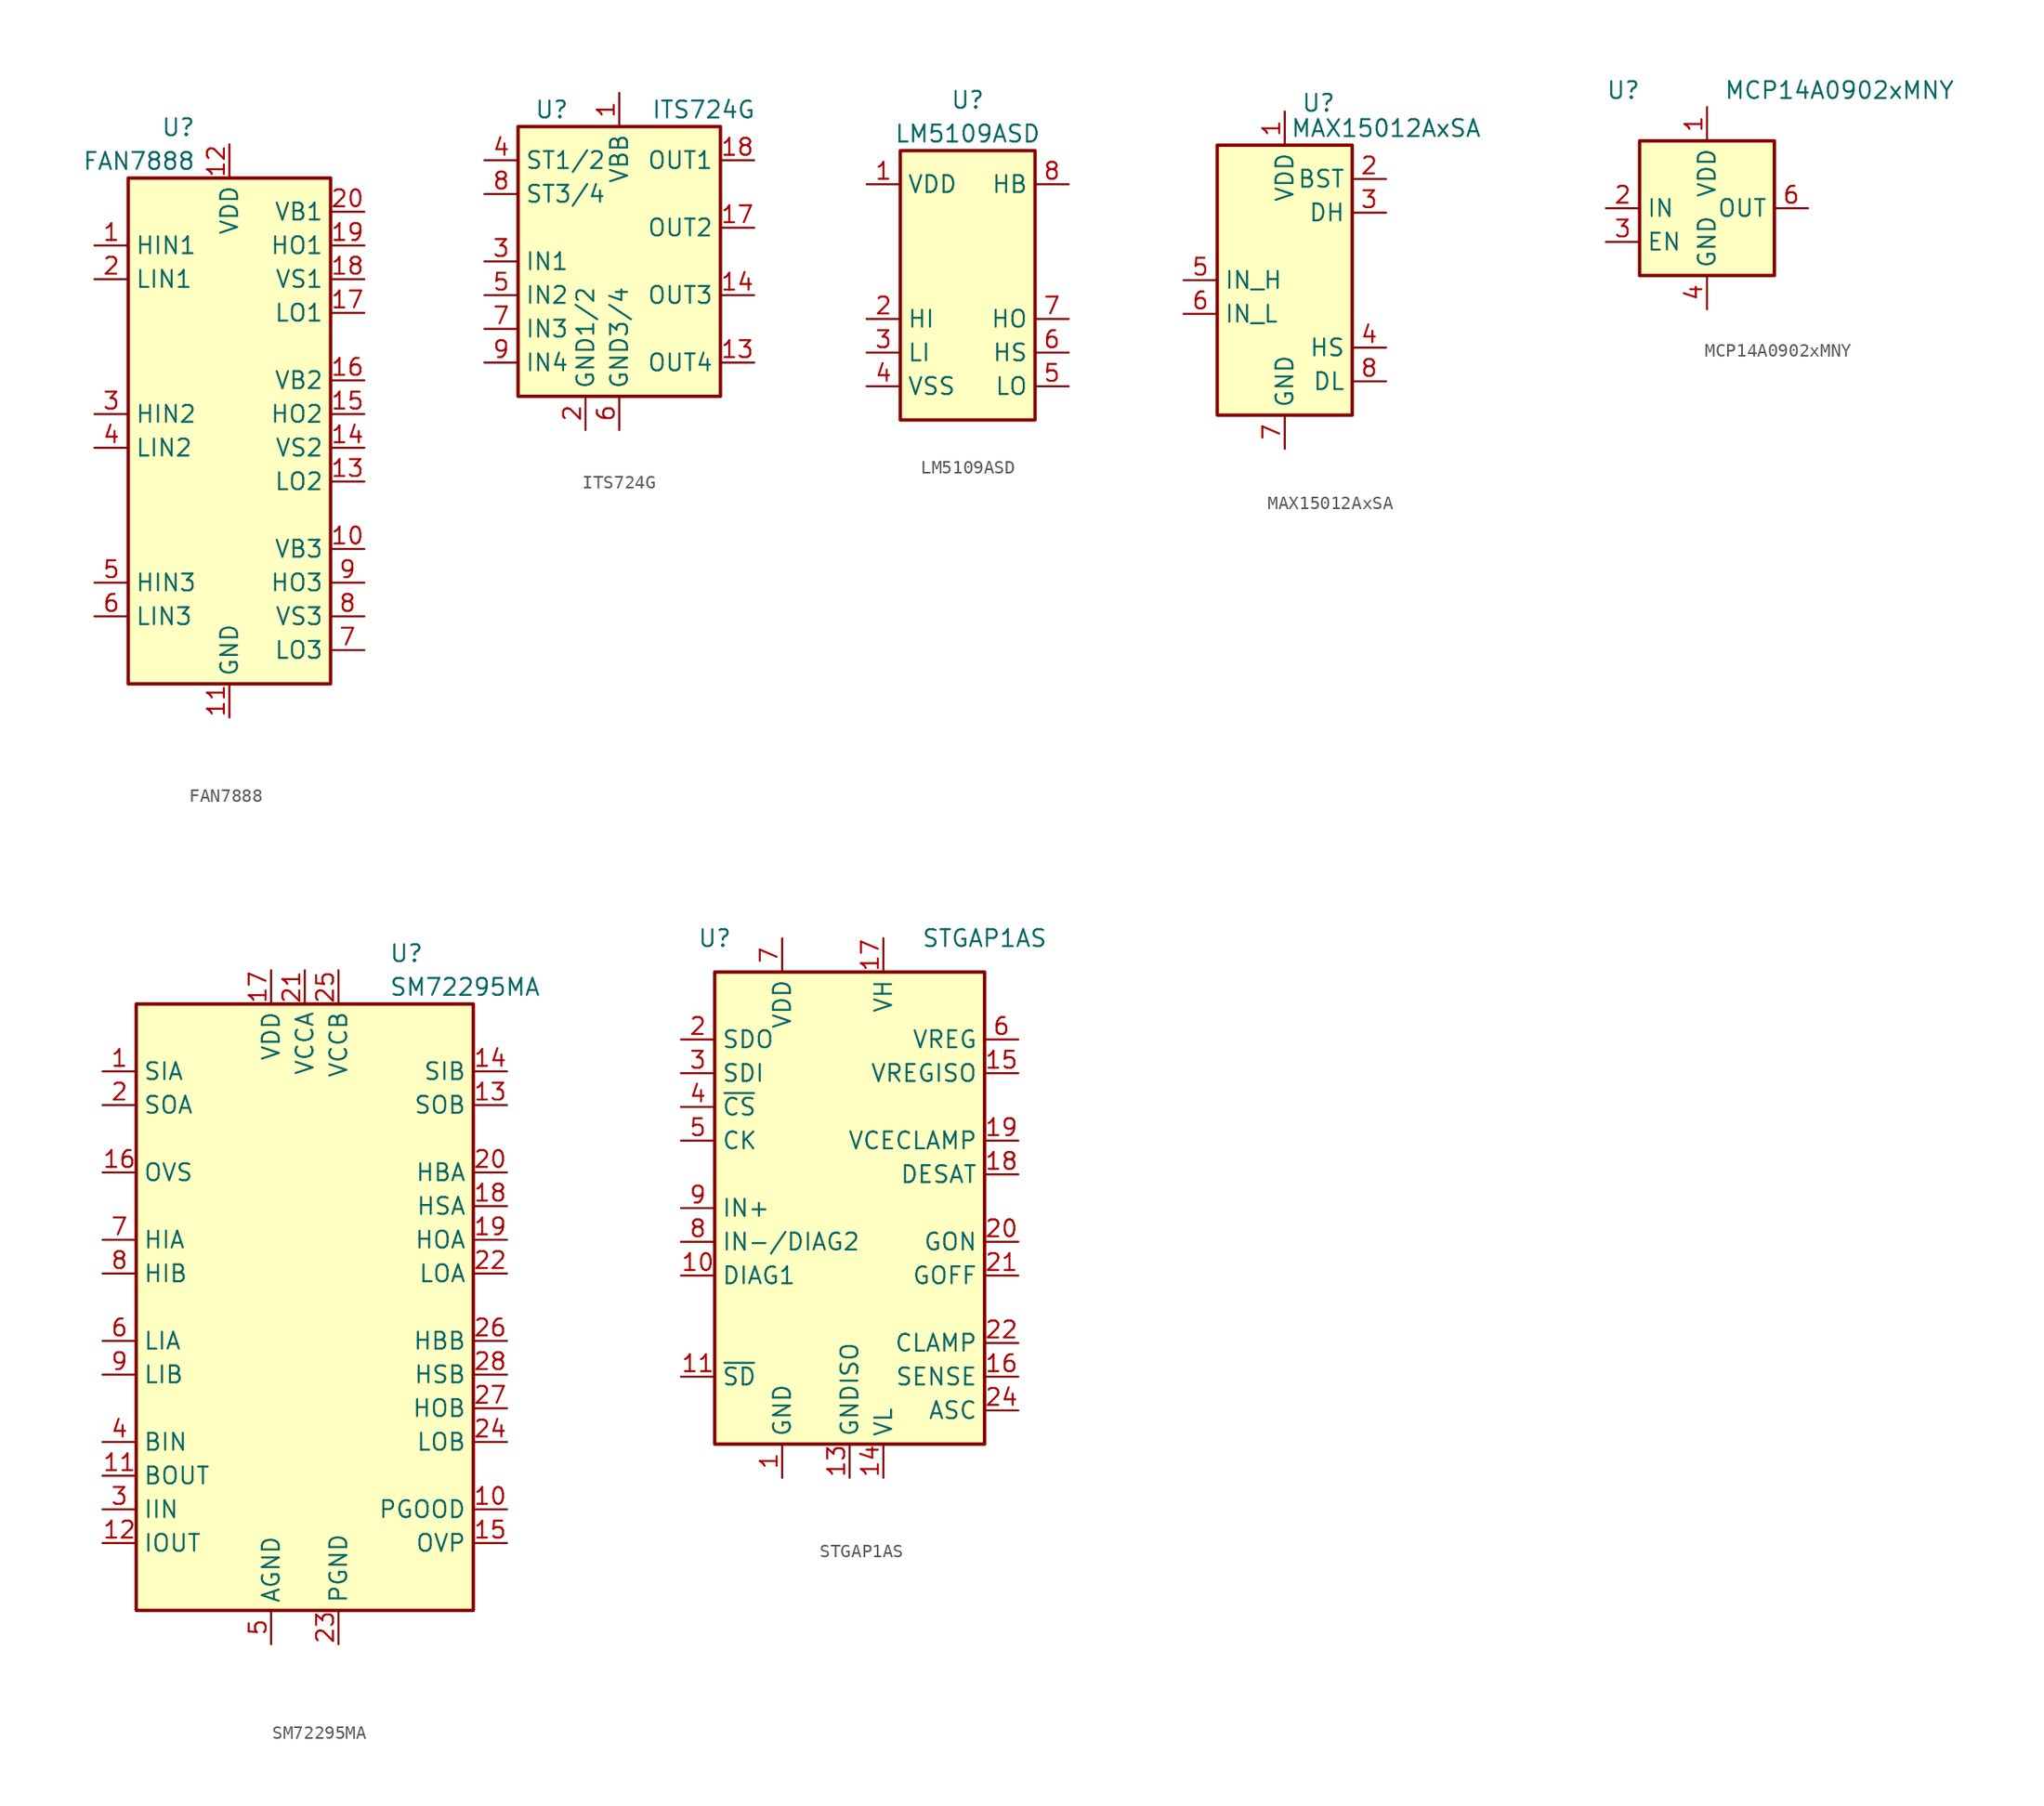
<source format=kicad_sym>
(kicad_symbol_lib
  (version 20211014)
  (generator kicad_symbol_editor)
  (symbol "FAN7888"
    (property "Reference" "U"
      (at -2.54 24.13 0)
      (effects (font (size 1.27 1.27)) (justify right)))
    (property "Value" "FAN7888"
      (at -2.54 21.59 0)
      (effects (font (size 1.27 1.27)) (justify right)))
    (symbol "FAN7888_0_1"
      (rectangle (start -7.62 20.32) (end 7.62 -17.78) (stroke (width 0.254) (type default) (color 0 0 0 0)) (fill (type background))))
    (symbol "FAN7888_1_1"
      (pin input line (at -10.16 15.24 0) (length 2.54) (name "HIN1" (effects (font (size 1.27 1.27)))) (number "1" (effects (font (size 1.27 1.27)))))
      (pin passive line (at 10.16 -7.62 180) (length 2.54) (name "VB3" (effects (font (size 1.27 1.27)))) (number "10" (effects (font (size 1.27 1.27)))))
      (pin power_in line (at 0 -20.32 90) (length 2.54) (name "GND" (effects (font (size 1.27 1.27)))) (number "11" (effects (font (size 1.27 1.27)))))
      (pin power_in line (at 0 22.86 270) (length 2.54) (name "VDD" (effects (font (size 1.27 1.27)))) (number "12" (effects (font (size 1.27 1.27)))))
      (pin output line (at 10.16 -2.54 180) (length 2.54) (name "LO2" (effects (font (size 1.27 1.27)))) (number "13" (effects (font (size 1.27 1.27)))))
      (pin passive line (at 10.16 0 180) (length 2.54) (name "VS2" (effects (font (size 1.27 1.27)))) (number "14" (effects (font (size 1.27 1.27)))))
      (pin output line (at 10.16 2.54 180) (length 2.54) (name "HO2" (effects (font (size 1.27 1.27)))) (number "15" (effects (font (size 1.27 1.27)))))
      (pin passive line (at 10.16 5.08 180) (length 2.54) (name "VB2" (effects (font (size 1.27 1.27)))) (number "16" (effects (font (size 1.27 1.27)))))
      (pin output line (at 10.16 10.16 180) (length 2.54) (name "LO1" (effects (font (size 1.27 1.27)))) (number "17" (effects (font (size 1.27 1.27)))))
      (pin passive line (at 10.16 12.7 180) (length 2.54) (name "VS1" (effects (font (size 1.27 1.27)))) (number "18" (effects (font (size 1.27 1.27)))))
      (pin output line (at 10.16 15.24 180) (length 2.54) (name "HO1" (effects (font (size 1.27 1.27)))) (number "19" (effects (font (size 1.27 1.27)))))
      (pin input line (at -10.16 12.7 0) (length 2.54) (name "LIN1" (effects (font (size 1.27 1.27)))) (number "2" (effects (font (size 1.27 1.27)))))
      (pin passive line (at 10.16 17.78 180) (length 2.54) (name "VB1" (effects (font (size 1.27 1.27)))) (number "20" (effects (font (size 1.27 1.27)))))
      (pin input line (at -10.16 2.54 0) (length 2.54) (name "HIN2" (effects (font (size 1.27 1.27)))) (number "3" (effects (font (size 1.27 1.27)))))
      (pin input line (at -10.16 0 0) (length 2.54) (name "LIN2" (effects (font (size 1.27 1.27)))) (number "4" (effects (font (size 1.27 1.27)))))
      (pin input line (at -10.16 -10.16 0) (length 2.54) (name "HIN3" (effects (font (size 1.27 1.27)))) (number "5" (effects (font (size 1.27 1.27)))))
      (pin input line (at -10.16 -12.7 0) (length 2.54) (name "LIN3" (effects (font (size 1.27 1.27)))) (number "6" (effects (font (size 1.27 1.27)))))
      (pin output line (at 10.16 -15.24 180) (length 2.54) (name "LO3" (effects (font (size 1.27 1.27)))) (number "7" (effects (font (size 1.27 1.27)))))
      (pin passive line (at 10.16 -12.7 180) (length 2.54) (name "VS3" (effects (font (size 1.27 1.27)))) (number "8" (effects (font (size 1.27 1.27)))))
      (pin output line (at 10.16 -10.16 180) (length 2.54) (name "HO3" (effects (font (size 1.27 1.27)))) (number "9" (effects (font (size 1.27 1.27)))))))
  (symbol "ITS724G"
    (property "Reference" "U"
      (at -5.08 11.43 0)
      (effects (font (size 1.27 1.27))))
    (property "Value" "ITS724G"
      (at 6.35 11.43 0)
      (effects (font (size 1.27 1.27))))
    (symbol "ITS724G_0_1"
      (rectangle (start -7.62 10.16) (end 7.62 -10.16) (stroke (width 0.254) (type default) (color 0 0 0 0)) (fill (type background))))
    (symbol "ITS724G_1_1"
      (pin power_in line (at 0 12.7 270) (length 2.54) (name "VBB" (effects (font (size 1.27 1.27)))) (number "1" (effects (font (size 1.27 1.27)))))
      (pin passive line (at 0 12.7 270) (length 2.54) hide (name "VBB" (effects (font (size 1.27 1.27)))) (number "10" (effects (font (size 1.27 1.27)))))
      (pin passive line (at 0 12.7 270) (length 2.54) hide (name "VBB" (effects (font (size 1.27 1.27)))) (number "11" (effects (font (size 1.27 1.27)))))
      (pin passive line (at 0 12.7 270) (length 2.54) hide (name "VBB" (effects (font (size 1.27 1.27)))) (number "12" (effects (font (size 1.27 1.27)))))
      (pin open_emitter line (at 10.16 -7.62 180) (length 2.54) (name "OUT4" (effects (font (size 1.27 1.27)))) (number "13" (effects (font (size 1.27 1.27)))))
      (pin open_emitter line (at 10.16 -2.54 180) (length 2.54) (name "OUT3" (effects (font (size 1.27 1.27)))) (number "14" (effects (font (size 1.27 1.27)))))
      (pin passive line (at 0 12.7 270) (length 2.54) hide (name "VBB" (effects (font (size 1.27 1.27)))) (number "15" (effects (font (size 1.27 1.27)))))
      (pin passive line (at 0 12.7 270) (length 2.54) hide (name "VBB" (effects (font (size 1.27 1.27)))) (number "16" (effects (font (size 1.27 1.27)))))
      (pin open_emitter line (at 10.16 2.54 180) (length 2.54) (name "OUT2" (effects (font (size 1.27 1.27)))) (number "17" (effects (font (size 1.27 1.27)))))
      (pin open_emitter line (at 10.16 7.62 180) (length 2.54) (name "OUT1" (effects (font (size 1.27 1.27)))) (number "18" (effects (font (size 1.27 1.27)))))
      (pin passive line (at 0 12.7 270) (length 2.54) hide (name "VBB" (effects (font (size 1.27 1.27)))) (number "19" (effects (font (size 1.27 1.27)))))
      (pin power_in line (at -2.54 -12.7 90) (length 2.54) (name "GND1/2" (effects (font (size 1.27 1.27)))) (number "2" (effects (font (size 1.27 1.27)))))
      (pin passive line (at 0 12.7 270) (length 2.54) hide (name "VBB" (effects (font (size 1.27 1.27)))) (number "20" (effects (font (size 1.27 1.27)))))
      (pin input line (at -10.16 0 0) (length 2.54) (name "IN1" (effects (font (size 1.27 1.27)))) (number "3" (effects (font (size 1.27 1.27)))))
      (pin open_collector line (at -10.16 7.62 0) (length 2.54) (name "ST1/2" (effects (font (size 1.27 1.27)))) (number "4" (effects (font (size 1.27 1.27)))))
      (pin input line (at -10.16 -2.54 0) (length 2.54) (name "IN2" (effects (font (size 1.27 1.27)))) (number "5" (effects (font (size 1.27 1.27)))))
      (pin power_in line (at 0 -12.7 90) (length 2.54) (name "GND3/4" (effects (font (size 1.27 1.27)))) (number "6" (effects (font (size 1.27 1.27)))))
      (pin input line (at -10.16 -5.08 0) (length 2.54) (name "IN3" (effects (font (size 1.27 1.27)))) (number "7" (effects (font (size 1.27 1.27)))))
      (pin open_collector line (at -10.16 5.08 0) (length 2.54) (name "ST3/4" (effects (font (size 1.27 1.27)))) (number "8" (effects (font (size 1.27 1.27)))))
      (pin input line (at -10.16 -7.62 0) (length 2.54) (name "IN4" (effects (font (size 1.27 1.27)))) (number "9" (effects (font (size 1.27 1.27)))))))
  (symbol "LM5109ASD"
    (property "Reference" "U"
      (at 0 13.97 0)
      (effects (font (size 1.27 1.27))))
    (property "Value" "LM5109ASD"
      (at 0 11.43 0)
      (effects (font (size 1.27 1.27))))
    (symbol "LM5109ASD_0_1"
      (rectangle (start -5.08 -10.16) (end 5.08 10.16) (stroke (width 0.254) (type default) (color 0 0 0 0)) (fill (type background))))
    (symbol "LM5109ASD_1_1"
      (pin power_in line (at -7.62 7.62 0) (length 2.54) (name "VDD" (effects (font (size 1.27 1.27)))) (number "1" (effects (font (size 1.27 1.27)))))
      (pin input line (at -7.62 -2.54 0) (length 2.54) (name "HI" (effects (font (size 1.27 1.27)))) (number "2" (effects (font (size 1.27 1.27)))))
      (pin input line (at -7.62 -5.08 0) (length 2.54) (name "LI" (effects (font (size 1.27 1.27)))) (number "3" (effects (font (size 1.27 1.27)))))
      (pin power_in line (at -7.62 -7.62 0) (length 2.54) (name "VSS" (effects (font (size 1.27 1.27)))) (number "4" (effects (font (size 1.27 1.27)))))
      (pin output line (at 7.62 -7.62 180) (length 2.54) (name "LO" (effects (font (size 1.27 1.27)))) (number "5" (effects (font (size 1.27 1.27)))))
      (pin passive line (at 7.62 -5.08 180) (length 2.54) (name "HS" (effects (font (size 1.27 1.27)))) (number "6" (effects (font (size 1.27 1.27)))))
      (pin output line (at 7.62 -2.54 180) (length 2.54) (name "HO" (effects (font (size 1.27 1.27)))) (number "7" (effects (font (size 1.27 1.27)))))
      (pin passive line (at 7.62 7.62 180) (length 2.54) (name "HB" (effects (font (size 1.27 1.27)))) (number "8" (effects (font (size 1.27 1.27)))))
      (pin passive line (at -7.62 -7.62 0) (length 2.54) hide (name "VSS" (effects (font (size 1.27 1.27)))) (number "9" (effects (font (size 1.27 1.27)))))))
  (symbol "MAX15012AxSA"
    (property "Reference" "U"
      (at 2.54 13.335 0)
      (effects (font (size 1.27 1.27))))
    (property "Value" "MAX15012AxSA"
      (at 7.62 11.43 0)
      (effects (font (size 1.27 1.27))))
    (symbol "MAX15012AxSA_0_1"
      (rectangle (start -5.08 -10.16) (end 5.08 10.16) (stroke (width 0.254) (type default) (color 0 0 0 0)) (fill (type background))))
    (symbol "MAX15012AxSA_1_1"
      (pin power_in line (at 0 12.7 270) (length 2.54) (name "VDD" (effects (font (size 1.27 1.27)))) (number "1" (effects (font (size 1.27 1.27)))))
      (pin power_in line (at 7.62 7.62 180) (length 2.54) (name "BST" (effects (font (size 1.27 1.27)))) (number "2" (effects (font (size 1.27 1.27)))))
      (pin output line (at 7.62 5.08 180) (length 2.54) (name "DH" (effects (font (size 1.27 1.27)))) (number "3" (effects (font (size 1.27 1.27)))))
      (pin passive line (at 7.62 -5.08 180) (length 2.54) (name "HS" (effects (font (size 1.27 1.27)))) (number "4" (effects (font (size 1.27 1.27)))))
      (pin input line (at -7.62 0 0) (length 2.54) (name "IN_H" (effects (font (size 1.27 1.27)))) (number "5" (effects (font (size 1.27 1.27)))))
      (pin input line (at -7.62 -2.54 0) (length 2.54) (name "IN_L" (effects (font (size 1.27 1.27)))) (number "6" (effects (font (size 1.27 1.27)))))
      (pin power_in line (at 0 -12.7 90) (length 2.54) (name "GND" (effects (font (size 1.27 1.27)))) (number "7" (effects (font (size 1.27 1.27)))))
      (pin output line (at 7.62 -7.62 180) (length 2.54) (name "DL" (effects (font (size 1.27 1.27)))) (number "8" (effects (font (size 1.27 1.27)))))))
  (symbol "MCP14A0902xMNY"
    (property "Reference" "U"
      (at -7.62 8.89 0)
      (effects (font (size 1.27 1.27)) (justify left)))
    (property "Value" "MCP14A0902xMNY"
      (at 1.27 8.89 0)
      (effects (font (size 1.27 1.27)) (justify left)))
    (symbol "MCP14A0902xMNY_1_1"
      (rectangle (start -5.08 -5.08) (end 5.08 5.08) (stroke (width 0.254) (type default) (color 0 0 0 0)) (fill (type background)))
      (pin power_in line (at 0 7.62 270) (length 2.54) (name "VDD" (effects (font (size 1.27 1.27)))) (number "1" (effects (font (size 1.27 1.27)))))
      (pin input line (at -7.62 0 0) (length 2.54) (name "IN" (effects (font (size 1.27 1.27)))) (number "2" (effects (font (size 1.27 1.27)))))
      (pin input line (at -7.62 -2.54 0) (length 2.54) (name "EN" (effects (font (size 1.27 1.27)))) (number "3" (effects (font (size 1.27 1.27)))))
      (pin power_in line (at 0 -7.62 90) (length 2.54) (name "GND" (effects (font (size 1.27 1.27)))) (number "4" (effects (font (size 1.27 1.27)))))
      (pin passive line (at 0 -7.62 90) (length 2.54) hide (name "GND" (effects (font (size 1.27 1.27)))) (number "5" (effects (font (size 1.27 1.27)))))
      (pin output line (at 7.62 0 180) (length 2.54) (name "OUT" (effects (font (size 1.27 1.27)))) (number "6" (effects (font (size 1.27 1.27)))))
      (pin passive line (at 7.62 0 180) (length 2.54) hide (name "OUT" (effects (font (size 1.27 1.27)))) (number "7" (effects (font (size 1.27 1.27)))))
      (pin passive line (at 0 7.62 270) (length 2.54) hide (name "VDD" (effects (font (size 1.27 1.27)))) (number "8" (effects (font (size 1.27 1.27)))))
      (pin passive line (at 0 -7.62 90) (length 2.54) hide (name "GND" (effects (font (size 1.27 1.27)))) (number "9" (effects (font (size 1.27 1.27)))))))
  (symbol "SM72295MA"
    (property "Reference" "U"
      (at 6.35 26.67 0)
      (effects (font (size 1.27 1.27)) (justify left)))
    (property "Value" "SM72295MA"
      (at 6.35 24.13 0)
      (effects (font (size 1.27 1.27)) (justify left)))
    (symbol "SM72295MA_0_1"
      (rectangle (start -12.7 -22.86) (end 12.7 22.86) (stroke (width 0.254) (type default) (color 0 0 0 0)) (fill (type background))))
    (symbol "SM72295MA_1_1"
      (pin input line (at -15.24 17.78 0) (length 2.54) (name "SIA" (effects (font (size 1.27 1.27)))) (number "1" (effects (font (size 1.27 1.27)))))
      (pin open_collector line (at 15.24 -15.24 180) (length 2.54) (name "PGOOD" (effects (font (size 1.27 1.27)))) (number "10" (effects (font (size 1.27 1.27)))))
      (pin output line (at -15.24 -12.7 0) (length 2.54) (name "BOUT" (effects (font (size 1.27 1.27)))) (number "11" (effects (font (size 1.27 1.27)))))
      (pin passive line (at -15.24 -17.78 0) (length 2.54) (name "IOUT" (effects (font (size 1.27 1.27)))) (number "12" (effects (font (size 1.27 1.27)))))
      (pin input line (at 15.24 15.24 180) (length 2.54) (name "SOB" (effects (font (size 1.27 1.27)))) (number "13" (effects (font (size 1.27 1.27)))))
      (pin input line (at 15.24 17.78 180) (length 2.54) (name "SIB" (effects (font (size 1.27 1.27)))) (number "14" (effects (font (size 1.27 1.27)))))
      (pin open_collector line (at 15.24 -17.78 180) (length 2.54) (name "OVP" (effects (font (size 1.27 1.27)))) (number "15" (effects (font (size 1.27 1.27)))))
      (pin input line (at -15.24 10.16 0) (length 2.54) (name "OVS" (effects (font (size 1.27 1.27)))) (number "16" (effects (font (size 1.27 1.27)))))
      (pin power_in line (at -2.54 25.4 270) (length 2.54) (name "VDD" (effects (font (size 1.27 1.27)))) (number "17" (effects (font (size 1.27 1.27)))))
      (pin passive line (at 15.24 7.62 180) (length 2.54) (name "HSA" (effects (font (size 1.27 1.27)))) (number "18" (effects (font (size 1.27 1.27)))))
      (pin output line (at 15.24 5.08 180) (length 2.54) (name "HOA" (effects (font (size 1.27 1.27)))) (number "19" (effects (font (size 1.27 1.27)))))
      (pin input line (at -15.24 15.24 0) (length 2.54) (name "SOA" (effects (font (size 1.27 1.27)))) (number "2" (effects (font (size 1.27 1.27)))))
      (pin passive line (at 15.24 10.16 180) (length 2.54) (name "HBA" (effects (font (size 1.27 1.27)))) (number "20" (effects (font (size 1.27 1.27)))))
      (pin power_in line (at 0 25.4 270) (length 2.54) (name "VCCA" (effects (font (size 1.27 1.27)))) (number "21" (effects (font (size 1.27 1.27)))))
      (pin output line (at 15.24 2.54 180) (length 2.54) (name "LOA" (effects (font (size 1.27 1.27)))) (number "22" (effects (font (size 1.27 1.27)))))
      (pin power_in line (at 2.54 -25.4 90) (length 2.54) (name "PGND" (effects (font (size 1.27 1.27)))) (number "23" (effects (font (size 1.27 1.27)))))
      (pin output line (at 15.24 -10.16 180) (length 2.54) (name "LOB" (effects (font (size 1.27 1.27)))) (number "24" (effects (font (size 1.27 1.27)))))
      (pin power_in line (at 2.54 25.4 270) (length 2.54) (name "VCCB" (effects (font (size 1.27 1.27)))) (number "25" (effects (font (size 1.27 1.27)))))
      (pin passive line (at 15.24 -2.54 180) (length 2.54) (name "HBB" (effects (font (size 1.27 1.27)))) (number "26" (effects (font (size 1.27 1.27)))))
      (pin output line (at 15.24 -7.62 180) (length 2.54) (name "HOB" (effects (font (size 1.27 1.27)))) (number "27" (effects (font (size 1.27 1.27)))))
      (pin passive line (at 15.24 -5.08 180) (length 2.54) (name "HSB" (effects (font (size 1.27 1.27)))) (number "28" (effects (font (size 1.27 1.27)))))
      (pin passive line (at -15.24 -15.24 0) (length 2.54) (name "IIN" (effects (font (size 1.27 1.27)))) (number "3" (effects (font (size 1.27 1.27)))))
      (pin output line (at -15.24 -10.16 0) (length 2.54) (name "BIN" (effects (font (size 1.27 1.27)))) (number "4" (effects (font (size 1.27 1.27)))))
      (pin power_in line (at -2.54 -25.4 90) (length 2.54) (name "AGND" (effects (font (size 1.27 1.27)))) (number "5" (effects (font (size 1.27 1.27)))))
      (pin input line (at -15.24 -2.54 0) (length 2.54) (name "LIA" (effects (font (size 1.27 1.27)))) (number "6" (effects (font (size 1.27 1.27)))))
      (pin input line (at -15.24 5.08 0) (length 2.54) (name "HIA" (effects (font (size 1.27 1.27)))) (number "7" (effects (font (size 1.27 1.27)))))
      (pin input line (at -15.24 2.54 0) (length 2.54) (name "HIB" (effects (font (size 1.27 1.27)))) (number "8" (effects (font (size 1.27 1.27)))))
      (pin input line (at -15.24 -5.08 0) (length 2.54) (name "LIB" (effects (font (size 1.27 1.27)))) (number "9" (effects (font (size 1.27 1.27)))))))
  (symbol "STGAP1AS"
    (property "Reference" "U"
      (at -10.16 20.32 0)
      (effects (font (size 1.27 1.27))))
    (property "Value" "STGAP1AS"
      (at 10.16 20.32 0)
      (effects (font (size 1.27 1.27))))
    (symbol "STGAP1AS_0_1"
      (rectangle (start -10.16 -17.78) (end 10.16 17.78) (stroke (width 0.254) (type default) (color 0 0 0 0)) (fill (type background))))
    (symbol "STGAP1AS_1_1"
      (pin power_in line (at -5.08 -20.32 90) (length 2.54) (name "GND" (effects (font (size 1.27 1.27)))) (number "1" (effects (font (size 1.27 1.27)))))
      (pin open_collector line (at -12.7 -5.08 0) (length 2.54) (name "DIAG1" (effects (font (size 1.27 1.27)))) (number "10" (effects (font (size 1.27 1.27)))))
      (pin input line (at -12.7 -12.7 0) (length 2.54) (name "~{SD}" (effects (font (size 1.27 1.27)))) (number "11" (effects (font (size 1.27 1.27)))))
      (pin passive line (at -5.08 -20.32 90) (length 2.54) hide (name "GND" (effects (font (size 1.27 1.27)))) (number "12" (effects (font (size 1.27 1.27)))))
      (pin power_in line (at 0 -20.32 90) (length 2.54) (name "GNDISO" (effects (font (size 1.27 1.27)))) (number "13" (effects (font (size 1.27 1.27)))))
      (pin power_in line (at 2.54 -20.32 90) (length 2.54) (name "VL" (effects (font (size 1.27 1.27)))) (number "14" (effects (font (size 1.27 1.27)))))
      (pin power_out line (at 12.7 10.16 180) (length 2.54) (name "VREGISO" (effects (font (size 1.27 1.27)))) (number "15" (effects (font (size 1.27 1.27)))))
      (pin input line (at 12.7 -12.7 180) (length 2.54) (name "SENSE" (effects (font (size 1.27 1.27)))) (number "16" (effects (font (size 1.27 1.27)))))
      (pin power_in line (at 2.54 20.32 270) (length 2.54) (name "VH" (effects (font (size 1.27 1.27)))) (number "17" (effects (font (size 1.27 1.27)))))
      (pin passive line (at 12.7 2.54 180) (length 2.54) (name "DESAT" (effects (font (size 1.27 1.27)))) (number "18" (effects (font (size 1.27 1.27)))))
      (pin input line (at 12.7 5.08 180) (length 2.54) (name "VCECLAMP" (effects (font (size 1.27 1.27)))) (number "19" (effects (font (size 1.27 1.27)))))
      (pin output line (at -12.7 12.7 0) (length 2.54) (name "SDO" (effects (font (size 1.27 1.27)))) (number "2" (effects (font (size 1.27 1.27)))))
      (pin output line (at 12.7 -2.54 180) (length 2.54) (name "GON" (effects (font (size 1.27 1.27)))) (number "20" (effects (font (size 1.27 1.27)))))
      (pin output line (at 12.7 -5.08 180) (length 2.54) (name "GOFF" (effects (font (size 1.27 1.27)))) (number "21" (effects (font (size 1.27 1.27)))))
      (pin output line (at 12.7 -10.16 180) (length 2.54) (name "CLAMP" (effects (font (size 1.27 1.27)))) (number "22" (effects (font (size 1.27 1.27)))))
      (pin passive line (at 2.54 -20.32 90) (length 2.54) hide (name "VL" (effects (font (size 1.27 1.27)))) (number "23" (effects (font (size 1.27 1.27)))))
      (pin input line (at 12.7 -15.24 180) (length 2.54) (name "ASC" (effects (font (size 1.27 1.27)))) (number "24" (effects (font (size 1.27 1.27)))))
      (pin input line (at -12.7 10.16 0) (length 2.54) (name "SDI" (effects (font (size 1.27 1.27)))) (number "3" (effects (font (size 1.27 1.27)))))
      (pin input line (at -12.7 7.62 0) (length 2.54) (name "~{CS}" (effects (font (size 1.27 1.27)))) (number "4" (effects (font (size 1.27 1.27)))))
      (pin input line (at -12.7 5.08 0) (length 2.54) (name "CK" (effects (font (size 1.27 1.27)))) (number "5" (effects (font (size 1.27 1.27)))))
      (pin power_out line (at 12.7 12.7 180) (length 2.54) (name "VREG" (effects (font (size 1.27 1.27)))) (number "6" (effects (font (size 1.27 1.27)))))
      (pin power_in line (at -5.08 20.32 270) (length 2.54) (name "VDD" (effects (font (size 1.27 1.27)))) (number "7" (effects (font (size 1.27 1.27)))))
      (pin bidirectional line (at -12.7 -2.54 0) (length 2.54) (name "IN-/DIAG2" (effects (font (size 1.27 1.27)))) (number "8" (effects (font (size 1.27 1.27)))))
      (pin input line (at -12.7 0 0) (length 2.54) (name "IN+" (effects (font (size 1.27 1.27)))) (number "9" (effects (font (size 1.27 1.27))))))))
</source>
